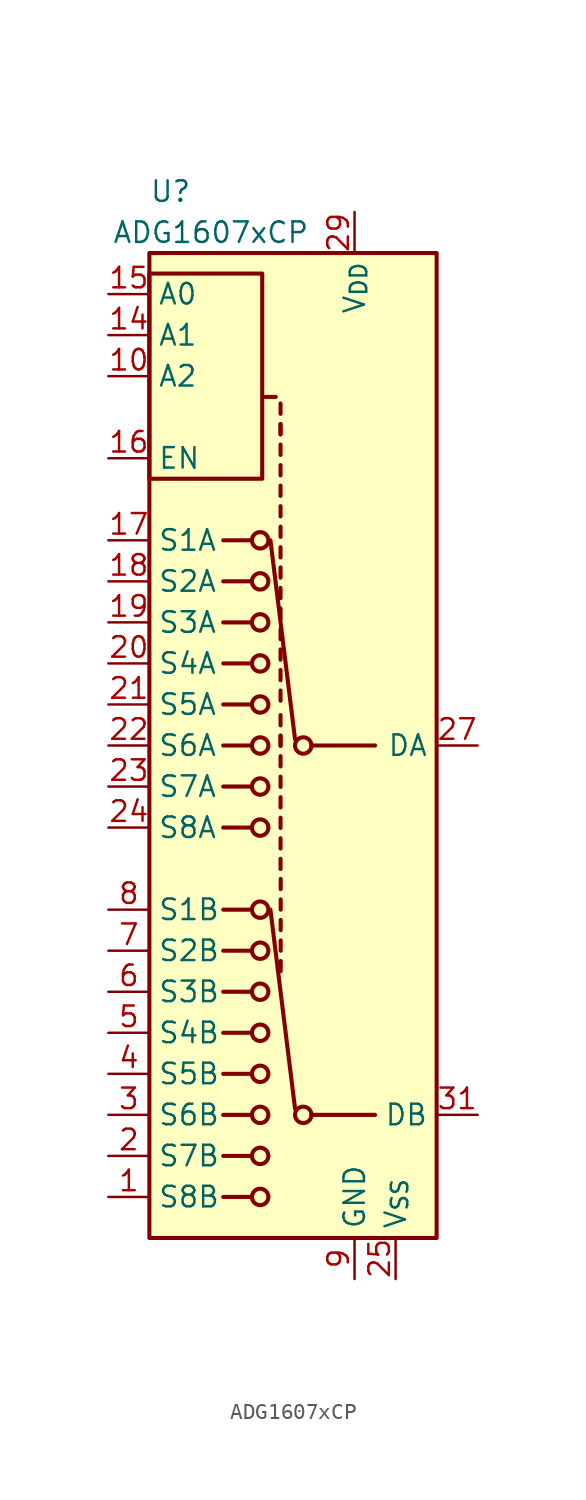
<source format=kicad_sym>
(kicad_symbol_lib
  (version 20231120)
  (generator "kicad_symbol_editor")
  (generator_version "8.0")
  (symbol "ADG1607xCP"
    (property "Reference" "U"
      (at -7.62 34.29 0)
      (effects (font (size 1.27 1.27)) (justify left)))
    (property "Value" "ADG1607xCP"
      (at -3.81 31.75 0)
      (effects (font (size 1.27 1.27))))
    (symbol "ADG1607xCP_0_0"
      (pin power_in line (at 5.08 -33.02 90) (length 2.54) (name "GND" (effects (font (size 1.27 1.27)))) (number "9" (effects (font (size 1.27 1.27))))))
    (symbol "ADG1607xCP_0_1"
      (rectangle (start -7.62 29.21) (end -0.635 16.51) (stroke (width 0.254) (type default)) (fill (type none)))
      (rectangle (start -7.62 30.48) (end 10.16 -30.48) (stroke (width 0.254) (type default)) (fill (type background)))
      (circle (center -0.762 -27.94) (radius 0.508) (stroke (width 0.254) (type default)) (fill (type none)))
      (circle (center -0.762 -25.4) (radius 0.508) (stroke (width 0.254) (type default)) (fill (type none)))
      (circle (center -0.762 -22.86) (radius 0.508) (stroke (width 0.254) (type default)) (fill (type none)))
      (circle (center -0.762 -20.32) (radius 0.508) (stroke (width 0.254) (type default)) (fill (type none)))
      (circle (center -0.762 -17.78) (radius 0.508) (stroke (width 0.254) (type default)) (fill (type none)))
      (circle (center -0.762 -15.24) (radius 0.508) (stroke (width 0.254) (type default)) (fill (type none)))
      (circle (center -0.762 -12.7) (radius 0.508) (stroke (width 0.254) (type default)) (fill (type none)))
      (circle (center -0.762 -10.16) (radius 0.508) (stroke (width 0.254) (type default)) (fill (type none)))
      (circle (center -0.762 -5.08) (radius 0.508) (stroke (width 0.254) (type default)) (fill (type none)))
      (circle (center -0.762 -2.54) (radius 0.508) (stroke (width 0.254) (type default)) (fill (type none)))
      (circle (center -0.762 0) (radius 0.508) (stroke (width 0.254) (type default)) (fill (type none)))
      (circle (center -0.762 2.54) (radius 0.508) (stroke (width 0.254) (type default)) (fill (type none)))
      (circle (center -0.762 5.08) (radius 0.508) (stroke (width 0.254) (type default)) (fill (type none)))
      (circle (center -0.762 7.62) (radius 0.508) (stroke (width 0.254) (type default)) (fill (type none)))
      (circle (center -0.762 10.16) (radius 0.508) (stroke (width 0.254) (type default)) (fill (type none)))
      (circle (center -0.762 12.7) (radius 0.508) (stroke (width 0.254) (type default)) (fill (type none)))
      (polyline (pts (xy -1.27 -27.94) (xy -3.048 -27.94)) (stroke (width 0.254) (type default)) (fill (type none)))
      (polyline (pts (xy -1.27 -25.4) (xy -3.048 -25.4)) (stroke (width 0.254) (type default)) (fill (type none)))
      (polyline (pts (xy -1.27 -22.86) (xy -3.048 -22.86)) (stroke (width 0.254) (type default)) (fill (type none)))
      (polyline (pts (xy -1.27 -20.32) (xy -3.048 -20.32)) (stroke (width 0.254) (type default)) (fill (type none)))
      (polyline (pts (xy -1.27 -17.78) (xy -3.048 -17.78)) (stroke (width 0.254) (type default)) (fill (type none)))
      (polyline (pts (xy -1.27 -15.24) (xy -3.048 -15.24)) (stroke (width 0.254) (type default)) (fill (type none)))
      (polyline (pts (xy -1.27 -12.7) (xy -3.048 -12.7)) (stroke (width 0.254) (type default)) (fill (type none)))
      (polyline (pts (xy -1.27 -10.16) (xy -3.048 -10.16)) (stroke (width 0.254) (type default)) (fill (type none)))
      (polyline (pts (xy -1.27 -5.08) (xy -3.048 -5.08)) (stroke (width 0.254) (type default)) (fill (type none)))
      (polyline (pts (xy -1.27 -2.54) (xy -3.048 -2.54)) (stroke (width 0.254) (type default)) (fill (type none)))
      (polyline (pts (xy -1.27 0) (xy -3.048 0)) (stroke (width 0.254) (type default)) (fill (type none)))
      (polyline (pts (xy -1.27 2.54) (xy -3.048 2.54)) (stroke (width 0.254) (type default)) (fill (type none)))
      (polyline (pts (xy -1.27 5.08) (xy -3.048 5.08)) (stroke (width 0.254) (type default)) (fill (type none)))
      (polyline (pts (xy -1.27 7.62) (xy -3.048 7.62)) (stroke (width 0.254) (type default)) (fill (type none)))
      (polyline (pts (xy -1.27 10.16) (xy -3.048 10.16)) (stroke (width 0.254) (type default)) (fill (type none)))
      (polyline (pts (xy -1.27 12.7) (xy -3.048 12.7)) (stroke (width 0.254) (type default)) (fill (type none)))
      (polyline (pts (xy -0.127 -10.16) (xy 1.397 -22.479)) (stroke (width 0.254) (type default)) (fill (type none)))
      (polyline (pts (xy -0.127 12.7) (xy 1.397 0.381)) (stroke (width 0.254) (type default)) (fill (type none)))
      (polyline (pts (xy 0.202 21.576) (xy -0.433 21.576)) (stroke (width 0.254) (type default)) (fill (type none)))
      (polyline (pts (xy 0.498 11.639) (xy 0.498 12.274)) (stroke (width 0.254) (type default)) (fill (type none)))
      (polyline (pts (xy 0.498 12.909) (xy 0.498 13.544)) (stroke (width 0.254) (type default)) (fill (type none)))
      (polyline (pts (xy 0.498 14.18) (xy 0.498 14.815)) (stroke (width 0.254) (type default)) (fill (type none)))
      (polyline (pts (xy 0.498 15.45) (xy 0.498 16.084)) (stroke (width 0.254) (type default)) (fill (type none)))
      (polyline (pts (xy 0.498 16.72) (xy 0.498 17.355)) (stroke (width 0.254) (type default)) (fill (type none)))
      (polyline (pts (xy 0.498 17.989) (xy 0.498 18.625)) (stroke (width 0.254) (type default)) (fill (type none)))
      (polyline (pts (xy 0.498 19.259) (xy 0.498 19.895)) (stroke (width 0.254) (type default)) (fill (type none)))
      (polyline (pts (xy 0.498 19.259) (xy 0.498 19.895)) (stroke (width 0.254) (type default)) (fill (type none)))
      (polyline (pts (xy 0.498 20.529) (xy 0.498 21.165)) (stroke (width 0.254) (type default)) (fill (type none)))
      (polyline (pts (xy 0.499 -7.644) (xy 0.499 -7.009)) (stroke (width 0.254) (type default)) (fill (type none)))
      (polyline (pts (xy 0.499 -6.374) (xy 0.499 -5.739)) (stroke (width 0.254) (type default)) (fill (type none)))
      (polyline (pts (xy 0.499 -5.104) (xy 0.499 -4.469)) (stroke (width 0.254) (type default)) (fill (type none)))
      (polyline (pts (xy 0.499 -3.834) (xy 0.499 -3.199)) (stroke (width 0.254) (type default)) (fill (type none)))
      (polyline (pts (xy 0.499 -2.564) (xy 0.499 -1.929)) (stroke (width 0.254) (type default)) (fill (type none)))
      (polyline (pts (xy 0.499 -1.294) (xy 0.499 -0.659)) (stroke (width 0.254) (type default)) (fill (type none)))
      (polyline (pts (xy 0.499 -0.024) (xy 0.499 0.611)) (stroke (width 0.254) (type default)) (fill (type none)))
      (polyline (pts (xy 0.499 -0.024) (xy 0.499 0.611)) (stroke (width 0.254) (type default)) (fill (type none)))
      (polyline (pts (xy 0.499 1.246) (xy 0.499 1.881)) (stroke (width 0.254) (type default)) (fill (type none)))
      (polyline (pts (xy 0.499 2.77) (xy 0.499 3.405)) (stroke (width 0.254) (type default)) (fill (type none)))
      (polyline (pts (xy 0.499 4.04) (xy 0.499 4.675)) (stroke (width 0.254) (type default)) (fill (type none)))
      (polyline (pts (xy 0.499 5.31) (xy 0.499 5.945)) (stroke (width 0.254) (type default)) (fill (type none)))
      (polyline (pts (xy 0.499 6.58) (xy 0.499 7.215)) (stroke (width 0.254) (type default)) (fill (type none)))
      (polyline (pts (xy 0.499 7.85) (xy 0.499 8.485)) (stroke (width 0.254) (type default)) (fill (type none)))
      (polyline (pts (xy 0.499 9.12) (xy 0.499 9.755)) (stroke (width 0.254) (type default)) (fill (type none)))
      (polyline (pts (xy 0.499 10.39) (xy 0.499 11.025)) (stroke (width 0.254) (type default)) (fill (type none)))
      (polyline (pts (xy 0.508 -13.97) (xy 0.508 -13.335)) (stroke (width 0.254) (type default)) (fill (type none)))
      (polyline (pts (xy 0.508 -12.7) (xy 0.508 -12.065)) (stroke (width 0.254) (type default)) (fill (type none)))
      (polyline (pts (xy 0.508 -11.43) (xy 0.508 -10.795)) (stroke (width 0.254) (type default)) (fill (type none)))
      (polyline (pts (xy 0.508 -10.16) (xy 0.508 -9.525)) (stroke (width 0.254) (type default)) (fill (type none)))
      (polyline (pts (xy 0.508 -8.89) (xy 0.508 -8.255)) (stroke (width 0.254) (type default)) (fill (type none)))
      (polyline (pts (xy 2.413 -22.86) (xy 6.35 -22.86)) (stroke (width 0.254) (type default)) (fill (type none)))
      (polyline (pts (xy 2.413 0) (xy 6.35 0)) (stroke (width 0.254) (type default)) (fill (type none)))
      (circle (center 1.905 -22.86) (radius 0.508) (stroke (width 0.254) (type default)) (fill (type none)))
      (circle (center 1.905 0) (radius 0.508) (stroke (width 0.254) (type default)) (fill (type none))))
    (symbol "ADG1607xCP_1_1"
      (pin bidirectional line (at -10.16 -27.94 0) (length 2.54) (name "S8B" (effects (font (size 1.27 1.27)))) (number "1" (effects (font (size 1.27 1.27)))))
      (pin input line (at -10.16 22.86 0) (length 2.54) (name "A2" (effects (font (size 1.27 1.27)))) (number "10" (effects (font (size 1.27 1.27)))))
      (pin no_connect line (at 10.16 20.32 180) (length 2.54) hide (name "NC" (effects (font (size 1.27 1.27)))) (number "11" (effects (font (size 1.27 1.27)))))
      (pin no_connect line (at 10.16 17.78 180) (length 2.54) hide (name "NC" (effects (font (size 1.27 1.27)))) (number "12" (effects (font (size 1.27 1.27)))))
      (pin no_connect line (at 10.16 15.24 180) (length 2.54) hide (name "NC" (effects (font (size 1.27 1.27)))) (number "13" (effects (font (size 1.27 1.27)))))
      (pin input line (at -10.16 25.4 0) (length 2.54) (name "A1" (effects (font (size 1.27 1.27)))) (number "14" (effects (font (size 1.27 1.27)))))
      (pin input line (at -10.16 27.94 0) (length 2.54) (name "A0" (effects (font (size 1.27 1.27)))) (number "15" (effects (font (size 1.27 1.27)))))
      (pin input line (at -10.16 17.78 0) (length 2.54) (name "EN" (effects (font (size 1.27 1.27)))) (number "16" (effects (font (size 1.27 1.27)))))
      (pin bidirectional line (at -10.16 12.7 0) (length 2.54) (name "S1A" (effects (font (size 1.27 1.27)))) (number "17" (effects (font (size 1.27 1.27)))))
      (pin bidirectional line (at -10.16 10.16 0) (length 2.54) (name "S2A" (effects (font (size 1.27 1.27)))) (number "18" (effects (font (size 1.27 1.27)))))
      (pin bidirectional line (at -10.16 7.62 0) (length 2.54) (name "S3A" (effects (font (size 1.27 1.27)))) (number "19" (effects (font (size 1.27 1.27)))))
      (pin bidirectional line (at -10.16 -25.4 0) (length 2.54) (name "S7B" (effects (font (size 1.27 1.27)))) (number "2" (effects (font (size 1.27 1.27)))))
      (pin bidirectional line (at -10.16 5.08 0) (length 2.54) (name "S4A" (effects (font (size 1.27 1.27)))) (number "20" (effects (font (size 1.27 1.27)))))
      (pin bidirectional line (at -10.16 2.54 0) (length 2.54) (name "S5A" (effects (font (size 1.27 1.27)))) (number "21" (effects (font (size 1.27 1.27)))))
      (pin bidirectional line (at -10.16 0 0) (length 2.54) (name "S6A" (effects (font (size 1.27 1.27)))) (number "22" (effects (font (size 1.27 1.27)))))
      (pin bidirectional line (at -10.16 -2.54 0) (length 2.54) (name "S7A" (effects (font (size 1.27 1.27)))) (number "23" (effects (font (size 1.27 1.27)))))
      (pin bidirectional line (at -10.16 -5.08 0) (length 2.54) (name "S8A" (effects (font (size 1.27 1.27)))) (number "24" (effects (font (size 1.27 1.27)))))
      (pin power_in line (at 7.62 -33.02 90) (length 2.54) (name "V_{SS}" (effects (font (size 1.27 1.27)))) (number "25" (effects (font (size 1.27 1.27)))))
      (pin no_connect line (at 10.16 12.7 180) (length 2.54) hide (name "NC" (effects (font (size 1.27 1.27)))) (number "26" (effects (font (size 1.27 1.27)))))
      (pin bidirectional line (at 12.7 0 180) (length 2.54) (name "DA" (effects (font (size 1.27 1.27)))) (number "27" (effects (font (size 1.27 1.27)))))
      (pin no_connect line (at 10.16 10.16 180) (length 2.54) hide (name "NC" (effects (font (size 1.27 1.27)))) (number "28" (effects (font (size 1.27 1.27)))))
      (pin power_in line (at 5.08 33.02 270) (length 2.54) (name "V_{DD}" (effects (font (size 1.27 1.27)))) (number "29" (effects (font (size 1.27 1.27)))))
      (pin bidirectional line (at -10.16 -22.86 0) (length 2.54) (name "S6B" (effects (font (size 1.27 1.27)))) (number "3" (effects (font (size 1.27 1.27)))))
      (pin no_connect line (at 10.16 7.62 180) (length 2.54) hide (name "NC" (effects (font (size 1.27 1.27)))) (number "30" (effects (font (size 1.27 1.27)))))
      (pin bidirectional line (at 12.7 -22.86 180) (length 2.54) (name "DB" (effects (font (size 1.27 1.27)))) (number "31" (effects (font (size 1.27 1.27)))))
      (pin no_connect line (at 10.16 5.08 180) (length 2.54) hide (name "NC" (effects (font (size 1.27 1.27)))) (number "32" (effects (font (size 1.27 1.27)))))
      (pin passive line (at 7.62 -33.02 90) (length 2.54) hide (name "V_{SS}" (effects (font (size 1.27 1.27)))) (number "33" (effects (font (size 1.27 1.27)))))
      (pin bidirectional line (at -10.16 -20.32 0) (length 2.54) (name "S5B" (effects (font (size 1.27 1.27)))) (number "4" (effects (font (size 1.27 1.27)))))
      (pin bidirectional line (at -10.16 -17.78 0) (length 2.54) (name "S4B" (effects (font (size 1.27 1.27)))) (number "5" (effects (font (size 1.27 1.27)))))
      (pin bidirectional line (at -10.16 -15.24 0) (length 2.54) (name "S3B" (effects (font (size 1.27 1.27)))) (number "6" (effects (font (size 1.27 1.27)))))
      (pin bidirectional line (at -10.16 -12.7 0) (length 2.54) (name "S2B" (effects (font (size 1.27 1.27)))) (number "7" (effects (font (size 1.27 1.27)))))
      (pin bidirectional line (at -10.16 -10.16 0) (length 2.54) (name "S1B" (effects (font (size 1.27 1.27)))) (number "8" (effects (font (size 1.27 1.27))))))))
</source>
